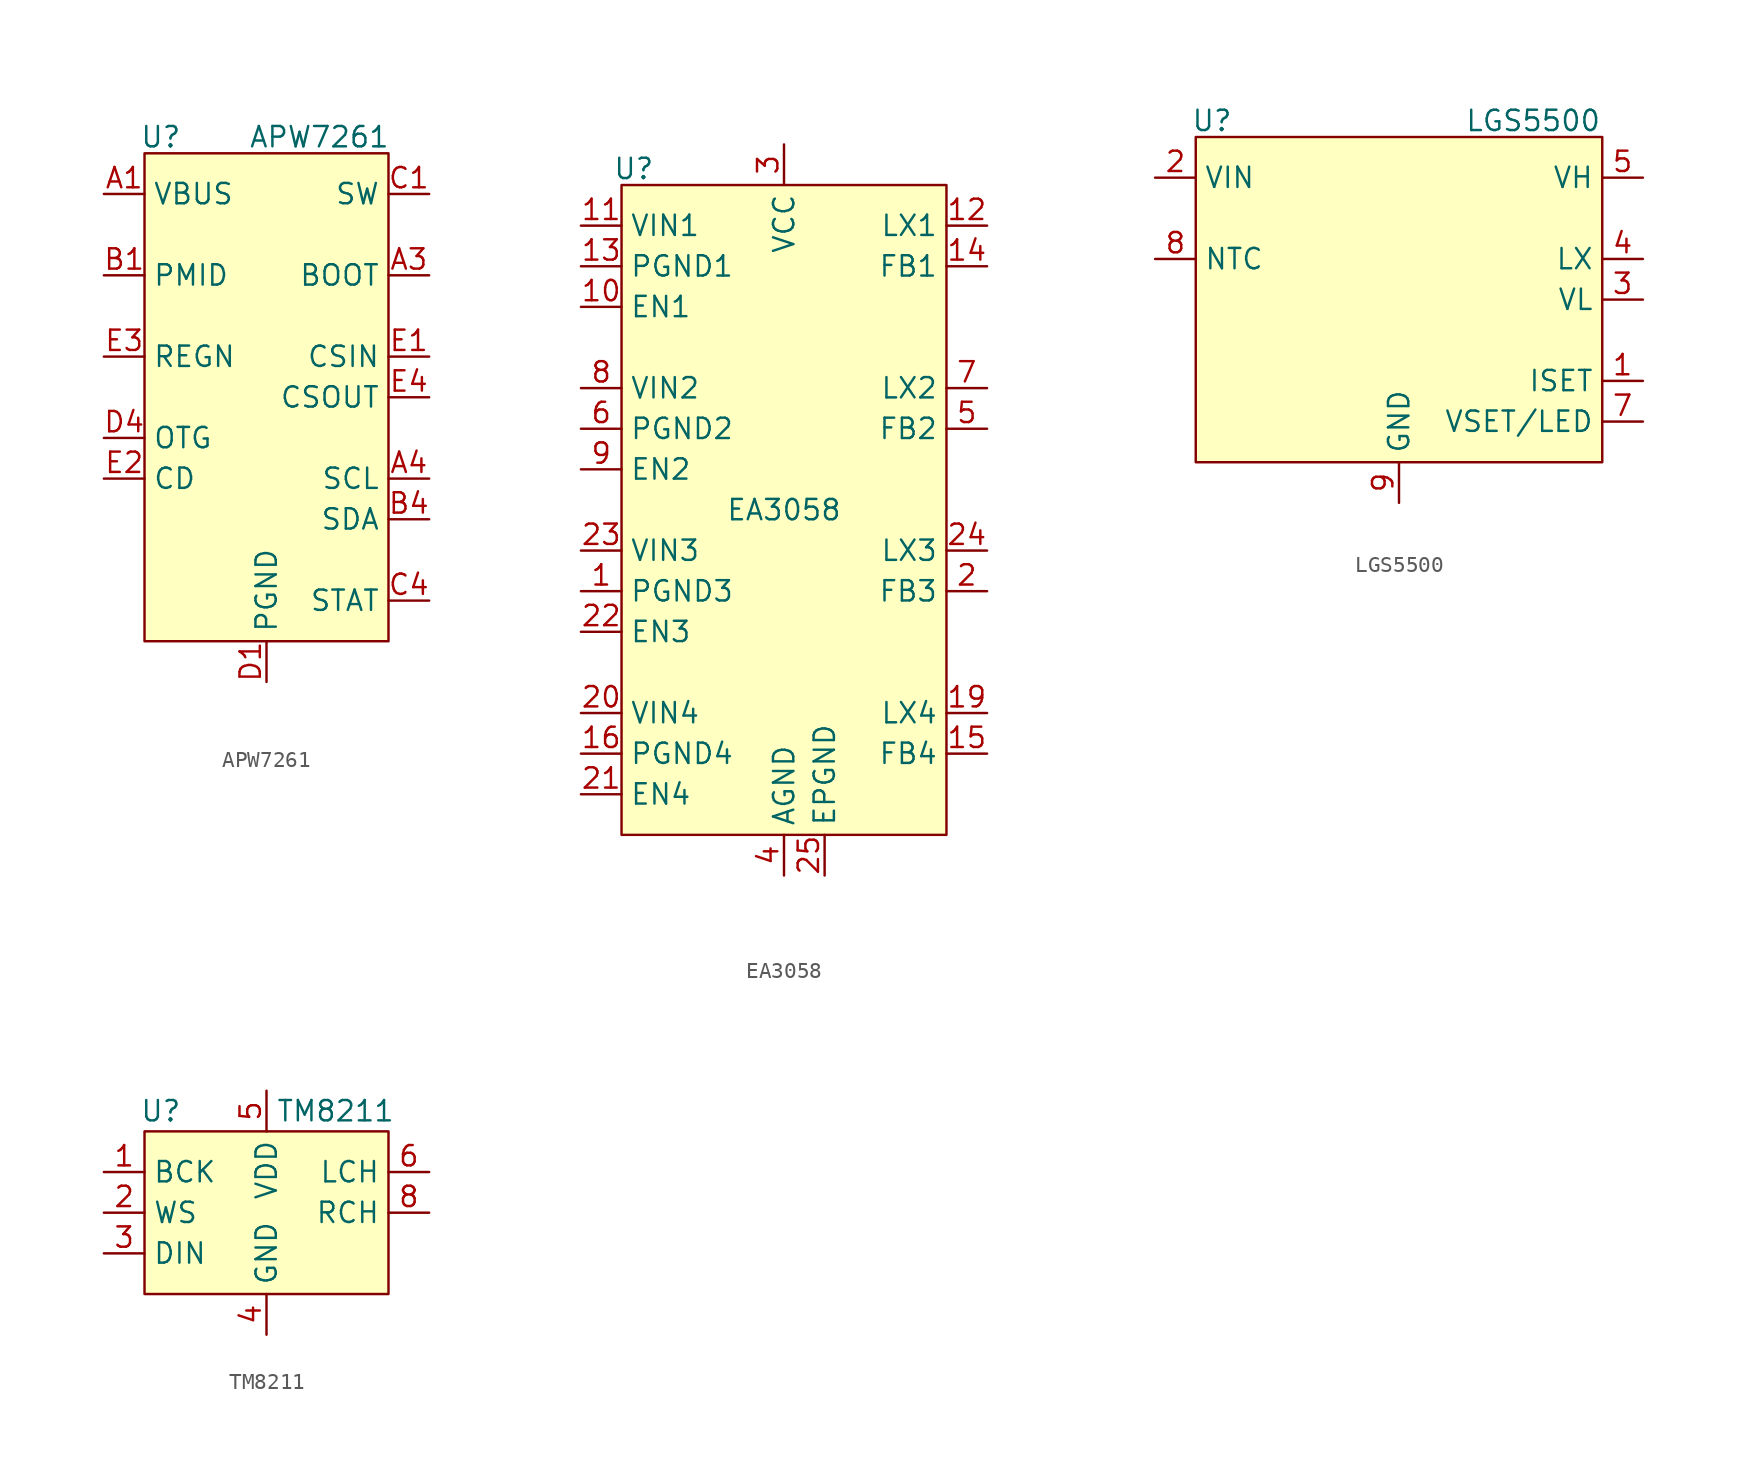
<source format=kicad_sym>
(kicad_symbol_lib
  (version 20231120)
  (generator "kicad_symbol_editor")
  (generator_version "8.0")
  (symbol "APW7261"
    (property "Reference" "U"
      (at -6.604 16.256 0)
      (effects (font (size 1.27 1.27))))
    (property "Value" "APW7261"
      (at 3.302 16.256 0)
      (effects (font (size 1.27 1.27))))
    (symbol "APW7261_1_1"
      (rectangle (start -7.62 15.24) (end 7.62 -15.24) (stroke (width 0) (type default)) (fill (type background)))
      (pin unspecified line (at -10.16 12.7 0) (length 2.54) (name "VBUS" (effects (font (size 1.27 1.27)))) (number "A1" (effects (font (size 1.27 1.27)))))
      (pin passive line (at -10.16 12.7 0) (length 2.54) hide (name "VBUS" (effects (font (size 1.27 1.27)))) (number "A2" (effects (font (size 1.27 1.27)))))
      (pin unspecified line (at 10.16 7.62 180) (length 2.54) (name "BOOT" (effects (font (size 1.27 1.27)))) (number "A3" (effects (font (size 1.27 1.27)))))
      (pin open_collector line (at 10.16 -5.08 180) (length 2.54) (name "SCL" (effects (font (size 1.27 1.27)))) (number "A4" (effects (font (size 1.27 1.27)))))
      (pin unspecified line (at -10.16 7.62 0) (length 2.54) (name "PMID" (effects (font (size 1.27 1.27)))) (number "B1" (effects (font (size 1.27 1.27)))))
      (pin passive line (at -10.16 7.62 0) (length 2.54) hide (name "PMID" (effects (font (size 1.27 1.27)))) (number "B2" (effects (font (size 1.27 1.27)))))
      (pin passive line (at -10.16 7.62 0) (length 2.54) hide (name "PMID" (effects (font (size 1.27 1.27)))) (number "B3" (effects (font (size 1.27 1.27)))))
      (pin open_collector line (at 10.16 -7.62 180) (length 2.54) (name "SDA" (effects (font (size 1.27 1.27)))) (number "B4" (effects (font (size 1.27 1.27)))))
      (pin power_out line (at 10.16 12.7 180) (length 2.54) (name "SW" (effects (font (size 1.27 1.27)))) (number "C1" (effects (font (size 1.27 1.27)))))
      (pin passive line (at 10.16 12.7 180) (length 2.54) hide (name "SW" (effects (font (size 1.27 1.27)))) (number "C2" (effects (font (size 1.27 1.27)))))
      (pin passive line (at 10.16 12.7 180) (length 2.54) hide (name "SW" (effects (font (size 1.27 1.27)))) (number "C3" (effects (font (size 1.27 1.27)))))
      (pin open_collector line (at 10.16 -12.7 180) (length 2.54) (name "STAT" (effects (font (size 1.27 1.27)))) (number "C4" (effects (font (size 1.27 1.27)))))
      (pin power_in line (at 0 -17.78 90) (length 2.54) (name "PGND" (effects (font (size 1.27 1.27)))) (number "D1" (effects (font (size 1.27 1.27)))))
      (pin passive line (at 0 -17.78 90) (length 2.54) hide (name "PGND" (effects (font (size 1.27 1.27)))) (number "D2" (effects (font (size 1.27 1.27)))))
      (pin passive line (at 0 -17.78 90) (length 2.54) hide (name "PGND" (effects (font (size 1.27 1.27)))) (number "D3" (effects (font (size 1.27 1.27)))))
      (pin input line (at -10.16 -2.54 0) (length 2.54) (name "OTG" (effects (font (size 1.27 1.27)))) (number "D4" (effects (font (size 1.27 1.27)))))
      (pin input line (at 10.16 2.54 180) (length 2.54) (name "CSIN" (effects (font (size 1.27 1.27)))) (number "E1" (effects (font (size 1.27 1.27)))))
      (pin input line (at -10.16 -5.08 0) (length 2.54) (name "CD" (effects (font (size 1.27 1.27)))) (number "E2" (effects (font (size 1.27 1.27)))))
      (pin unspecified line (at -10.16 2.54 0) (length 2.54) (name "REGN" (effects (font (size 1.27 1.27)))) (number "E3" (effects (font (size 1.27 1.27)))))
      (pin input line (at 10.16 0 180) (length 2.54) (name "CSOUT" (effects (font (size 1.27 1.27)))) (number "E4" (effects (font (size 1.27 1.27)))))))
  (symbol "EA3058"
    (property "Reference" "U"
      (at -9.398 21.336 0)
      (effects (font (size 1.27 1.27))))
    (property "Value" "EA3058"
      (at 0 0 0)
      (effects (font (size 1.27 1.27))))
    (symbol "EA3058_1_1"
      (rectangle (start -10.16 20.32) (end 10.16 -20.32) (stroke (width 0) (type default)) (fill (type background)))
      (pin power_in line (at -12.7 -5.08 0) (length 2.54) (name "PGND3" (effects (font (size 1.27 1.27)))) (number "1" (effects (font (size 1.27 1.27)))))
      (pin input line (at -12.7 12.7 0) (length 2.54) (name "EN1" (effects (font (size 1.27 1.27)))) (number "10" (effects (font (size 1.27 1.27)))))
      (pin power_in line (at -12.7 17.78 0) (length 2.54) (name "VIN1" (effects (font (size 1.27 1.27)))) (number "11" (effects (font (size 1.27 1.27)))))
      (pin power_out line (at 12.7 17.78 180) (length 2.54) (name "LX1" (effects (font (size 1.27 1.27)))) (number "12" (effects (font (size 1.27 1.27)))))
      (pin power_in line (at -12.7 15.24 0) (length 2.54) (name "PGND1" (effects (font (size 1.27 1.27)))) (number "13" (effects (font (size 1.27 1.27)))))
      (pin input line (at 12.7 15.24 180) (length 2.54) (name "FB1" (effects (font (size 1.27 1.27)))) (number "14" (effects (font (size 1.27 1.27)))))
      (pin input line (at 12.7 -15.24 180) (length 2.54) (name "FB4" (effects (font (size 1.27 1.27)))) (number "15" (effects (font (size 1.27 1.27)))))
      (pin power_in line (at -12.7 -15.24 0) (length 2.54) (name "PGND4" (effects (font (size 1.27 1.27)))) (number "16" (effects (font (size 1.27 1.27)))))
      (pin no_connect line (at 10.16 -17.78 180) (length 2.54) hide (name "NC" (effects (font (size 1.27 1.27)))) (number "17" (effects (font (size 1.27 1.27)))))
      (pin no_connect line (at 10.16 -20.32 180) (length 2.54) hide (name "NC" (effects (font (size 1.27 1.27)))) (number "18" (effects (font (size 1.27 1.27)))))
      (pin power_out line (at 12.7 -12.7 180) (length 2.54) (name "LX4" (effects (font (size 1.27 1.27)))) (number "19" (effects (font (size 1.27 1.27)))))
      (pin input line (at 12.7 -5.08 180) (length 2.54) (name "FB3" (effects (font (size 1.27 1.27)))) (number "2" (effects (font (size 1.27 1.27)))))
      (pin power_in line (at -12.7 -12.7 0) (length 2.54) (name "VIN4" (effects (font (size 1.27 1.27)))) (number "20" (effects (font (size 1.27 1.27)))))
      (pin input line (at -12.7 -17.78 0) (length 2.54) (name "EN4" (effects (font (size 1.27 1.27)))) (number "21" (effects (font (size 1.27 1.27)))))
      (pin input line (at -12.7 -7.62 0) (length 2.54) (name "EN3" (effects (font (size 1.27 1.27)))) (number "22" (effects (font (size 1.27 1.27)))))
      (pin power_in line (at -12.7 -2.54 0) (length 2.54) (name "VIN3" (effects (font (size 1.27 1.27)))) (number "23" (effects (font (size 1.27 1.27)))))
      (pin power_out line (at 12.7 -2.54 180) (length 2.54) (name "LX3" (effects (font (size 1.27 1.27)))) (number "24" (effects (font (size 1.27 1.27)))))
      (pin power_in line (at 2.54 -22.86 90) (length 2.54) (name "EPGND" (effects (font (size 1.27 1.27)))) (number "25" (effects (font (size 1.27 1.27)))))
      (pin power_in line (at 0 22.86 270) (length 2.54) (name "VCC" (effects (font (size 1.27 1.27)))) (number "3" (effects (font (size 1.27 1.27)))))
      (pin power_in line (at 0 -22.86 90) (length 2.54) (name "AGND" (effects (font (size 1.27 1.27)))) (number "4" (effects (font (size 1.27 1.27)))))
      (pin input line (at 12.7 5.08 180) (length 2.54) (name "FB2" (effects (font (size 1.27 1.27)))) (number "5" (effects (font (size 1.27 1.27)))))
      (pin power_in line (at -12.7 5.08 0) (length 2.54) (name "PGND2" (effects (font (size 1.27 1.27)))) (number "6" (effects (font (size 1.27 1.27)))))
      (pin power_out line (at 12.7 7.62 180) (length 2.54) (name "LX2" (effects (font (size 1.27 1.27)))) (number "7" (effects (font (size 1.27 1.27)))))
      (pin power_in line (at -12.7 7.62 0) (length 2.54) (name "VIN2" (effects (font (size 1.27 1.27)))) (number "8" (effects (font (size 1.27 1.27)))))
      (pin input line (at -12.7 2.54 0) (length 2.54) (name "EN2" (effects (font (size 1.27 1.27)))) (number "9" (effects (font (size 1.27 1.27)))))))
  (symbol "LGS5500"
    (property "Reference" "U"
      (at -11.684 11.176 0)
      (effects (font (size 1.27 1.27))))
    (property "Value" "LGS5500"
      (at 8.382 11.176 0)
      (effects (font (size 1.27 1.27))))
    (symbol "LGS5500_1_1"
      (rectangle (start -12.7 10.16) (end 12.7 -10.16) (stroke (width 0) (type default)) (fill (type background)))
      (pin output line (at 15.24 -5.08 180) (length 2.54) (name "ISET" (effects (font (size 1.27 1.27)))) (number "1" (effects (font (size 1.27 1.27)))))
      (pin power_in line (at -15.24 7.62 0) (length 2.54) (name "VIN" (effects (font (size 1.27 1.27)))) (number "2" (effects (font (size 1.27 1.27)))))
      (pin power_out line (at 15.24 0 180) (length 2.54) (name "VL" (effects (font (size 1.27 1.27)))) (number "3" (effects (font (size 1.27 1.27)))))
      (pin power_out line (at 15.24 2.54 180) (length 2.54) (name "LX" (effects (font (size 1.27 1.27)))) (number "4" (effects (font (size 1.27 1.27)))))
      (pin power_out line (at 15.24 7.62 180) (length 2.54) (name "VH" (effects (font (size 1.27 1.27)))) (number "5" (effects (font (size 1.27 1.27)))))
      (pin no_connect line (at -12.7 0 0) (length 2.54) hide (name "NC" (effects (font (size 1.27 1.27)))) (number "6" (effects (font (size 1.27 1.27)))))
      (pin output line (at 15.24 -7.62 180) (length 2.54) (name "VSET/LED" (effects (font (size 1.27 1.27)))) (number "7" (effects (font (size 1.27 1.27)))))
      (pin input line (at -15.24 2.54 0) (length 2.54) (name "NTC" (effects (font (size 1.27 1.27)))) (number "8" (effects (font (size 1.27 1.27)))))
      (pin power_in line (at 0 -12.7 90) (length 2.54) (name "GND" (effects (font (size 1.27 1.27)))) (number "9" (effects (font (size 1.27 1.27)))))))
  (symbol "TM8211"
    (property "Reference" "U"
      (at -6.604 6.35 0)
      (effects (font (size 1.27 1.27))))
    (property "Value" "TM8211"
      (at 4.318 6.35 0)
      (effects (font (size 1.27 1.27))))
    (symbol "TM8211_1_1"
      (rectangle (start -7.62 5.08) (end 7.62 -5.08) (stroke (width 0) (type default)) (fill (type background)))
      (pin input line (at -10.16 2.54 0) (length 2.54) (name "BCK" (effects (font (size 1.27 1.27)))) (number "1" (effects (font (size 1.27 1.27)))))
      (pin input line (at -10.16 0 0) (length 2.54) (name "WS" (effects (font (size 1.27 1.27)))) (number "2" (effects (font (size 1.27 1.27)))))
      (pin input line (at -10.16 -2.54 0) (length 2.54) (name "DIN" (effects (font (size 1.27 1.27)))) (number "3" (effects (font (size 1.27 1.27)))))
      (pin power_in line (at 0 -7.62 90) (length 2.54) (name "GND" (effects (font (size 1.27 1.27)))) (number "4" (effects (font (size 1.27 1.27)))))
      (pin power_in line (at 0 7.62 270) (length 2.54) (name "VDD" (effects (font (size 1.27 1.27)))) (number "5" (effects (font (size 1.27 1.27)))))
      (pin output line (at 10.16 2.54 180) (length 2.54) (name "LCH" (effects (font (size 1.27 1.27)))) (number "6" (effects (font (size 1.27 1.27)))))
      (pin no_connect line (at 7.62 -2.54 180) (length 2.54) hide (name "NC" (effects (font (size 1.27 1.27)))) (number "7" (effects (font (size 1.27 1.27)))))
      (pin output line (at 10.16 0 180) (length 2.54) (name "RCH" (effects (font (size 1.27 1.27)))) (number "8" (effects (font (size 1.27 1.27))))))))
</source>
